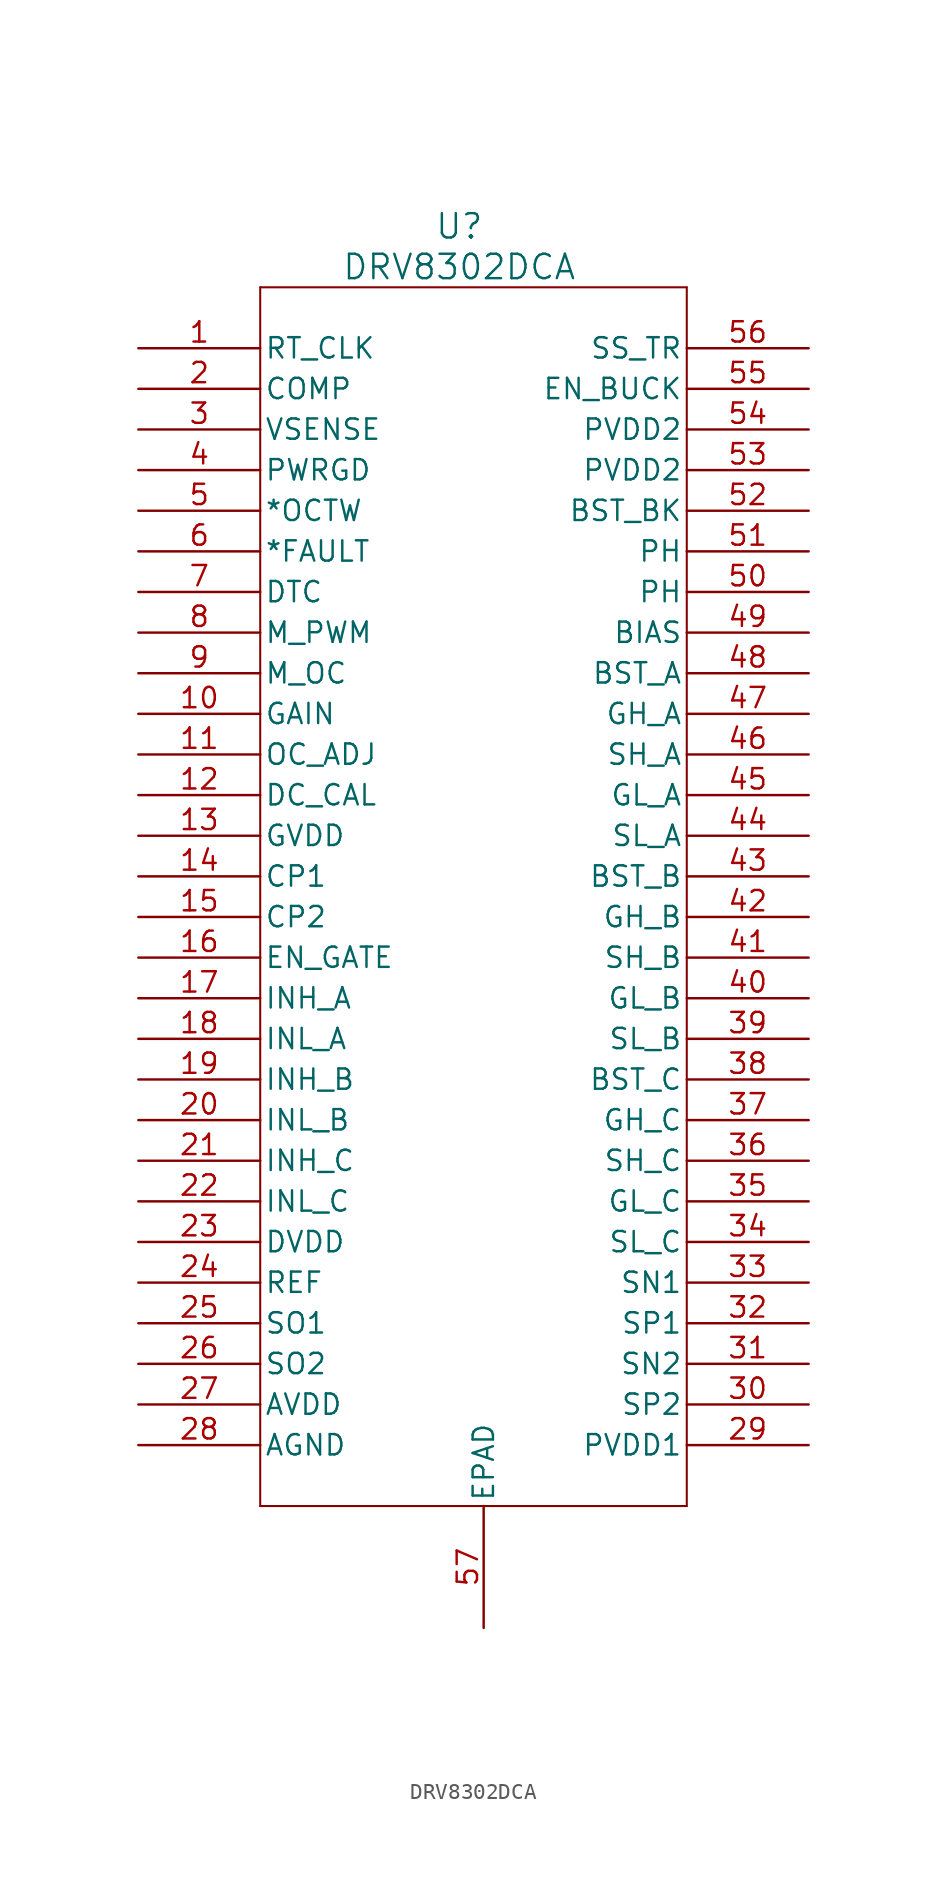
<source format=kicad_sym>
(kicad_symbol_lib
  (version 20231120)
  (generator "kicad_symbol_editor")
  (generator_version "8.0")
  (symbol "DRV8302DCA"
    (pin_names
      (offset 0.254))
    (property "Reference" "U"
      (at 20.066 7.62 0)
      (effects (font (size 1.524 1.524))))
    (property "Value" "DRV8302DCA"
      (at 20.066 5.08 0)
      (effects (font (size 1.524 1.524))))
    (property "ki_locked" ""
      (at 0 0 0)
      (effects (font (size 1.27 1.27))))
    (symbol "DRV8302DCA_0_1"
      (polyline (pts (xy 7.62 -72.39) (xy 34.29 -72.39)) (stroke (width 0.127) (type default)) (fill (type none)))
      (polyline (pts (xy 7.62 3.81) (xy 7.62 -72.39)) (stroke (width 0.127) (type default)) (fill (type none)))
      (polyline (pts (xy 34.29 -72.39) (xy 34.29 3.81)) (stroke (width 0.127) (type default)) (fill (type none)))
      (polyline (pts (xy 34.29 3.81) (xy 7.62 3.81)) (stroke (width 0.127) (type default)) (fill (type none)))
      (pin input line (at 0 0 0) (length 7.62) (name "RT_CLK" (effects (font (size 1.27 1.27)))) (number "1" (effects (font (size 1.27 1.27)))))
      (pin output line (at 0 -22.86 0) (length 7.62) (name "GAIN" (effects (font (size 1.27 1.27)))) (number "10" (effects (font (size 1.27 1.27)))))
      (pin input line (at 0 -25.4 0) (length 7.62) (name "OC_ADJ" (effects (font (size 1.27 1.27)))) (number "11" (effects (font (size 1.27 1.27)))))
      (pin input line (at 0 -27.94 0) (length 7.62) (name "DC_CAL" (effects (font (size 1.27 1.27)))) (number "12" (effects (font (size 1.27 1.27)))))
      (pin power_in line (at 0 -30.48 0) (length 7.62) (name "GVDD" (effects (font (size 1.27 1.27)))) (number "13" (effects (font (size 1.27 1.27)))))
      (pin power_in line (at 0 -33.02 0) (length 7.62) (name "CP1" (effects (font (size 1.27 1.27)))) (number "14" (effects (font (size 1.27 1.27)))))
      (pin power_in line (at 0 -35.56 0) (length 7.62) (name "CP2" (effects (font (size 1.27 1.27)))) (number "15" (effects (font (size 1.27 1.27)))))
      (pin input line (at 0 -38.1 0) (length 7.62) (name "EN_GATE" (effects (font (size 1.27 1.27)))) (number "16" (effects (font (size 1.27 1.27)))))
      (pin input line (at 0 -40.64 0) (length 7.62) (name "INH_A" (effects (font (size 1.27 1.27)))) (number "17" (effects (font (size 1.27 1.27)))))
      (pin input line (at 0 -43.18 0) (length 7.62) (name "INL_A" (effects (font (size 1.27 1.27)))) (number "18" (effects (font (size 1.27 1.27)))))
      (pin input line (at 0 -45.72 0) (length 7.62) (name "INH_B" (effects (font (size 1.27 1.27)))) (number "19" (effects (font (size 1.27 1.27)))))
      (pin output line (at 0 -2.54 0) (length 7.62) (name "COMP" (effects (font (size 1.27 1.27)))) (number "2" (effects (font (size 1.27 1.27)))))
      (pin input line (at 0 -48.26 0) (length 7.62) (name "INL_B" (effects (font (size 1.27 1.27)))) (number "20" (effects (font (size 1.27 1.27)))))
      (pin input line (at 0 -50.8 0) (length 7.62) (name "INH_C" (effects (font (size 1.27 1.27)))) (number "21" (effects (font (size 1.27 1.27)))))
      (pin input line (at 0 -53.34 0) (length 7.62) (name "INL_C" (effects (font (size 1.27 1.27)))) (number "22" (effects (font (size 1.27 1.27)))))
      (pin power_in line (at 0 -55.88 0) (length 7.62) (name "DVDD" (effects (font (size 1.27 1.27)))) (number "23" (effects (font (size 1.27 1.27)))))
      (pin input line (at 0 -58.42 0) (length 7.62) (name "REF" (effects (font (size 1.27 1.27)))) (number "24" (effects (font (size 1.27 1.27)))))
      (pin output line (at 0 -60.96 0) (length 7.62) (name "SO1" (effects (font (size 1.27 1.27)))) (number "25" (effects (font (size 1.27 1.27)))))
      (pin output line (at 0 -63.5 0) (length 7.62) (name "SO2" (effects (font (size 1.27 1.27)))) (number "26" (effects (font (size 1.27 1.27)))))
      (pin power_in line (at 0 -66.04 0) (length 7.62) (name "AVDD" (effects (font (size 1.27 1.27)))) (number "27" (effects (font (size 1.27 1.27)))))
      (pin power_in line (at 0 -68.58 0) (length 7.62) (name "AGND" (effects (font (size 1.27 1.27)))) (number "28" (effects (font (size 1.27 1.27)))))
      (pin power_in line (at 41.91 -68.58 180) (length 7.62) (name "PVDD1" (effects (font (size 1.27 1.27)))) (number "29" (effects (font (size 1.27 1.27)))))
      (pin input line (at 0 -5.08 0) (length 7.62) (name "VSENSE" (effects (font (size 1.27 1.27)))) (number "3" (effects (font (size 1.27 1.27)))))
      (pin input line (at 41.91 -66.04 180) (length 7.62) (name "SP2" (effects (font (size 1.27 1.27)))) (number "30" (effects (font (size 1.27 1.27)))))
      (pin input line (at 41.91 -63.5 180) (length 7.62) (name "SN2" (effects (font (size 1.27 1.27)))) (number "31" (effects (font (size 1.27 1.27)))))
      (pin input line (at 41.91 -60.96 180) (length 7.62) (name "SP1" (effects (font (size 1.27 1.27)))) (number "32" (effects (font (size 1.27 1.27)))))
      (pin input line (at 41.91 -58.42 180) (length 7.62) (name "SN1" (effects (font (size 1.27 1.27)))) (number "33" (effects (font (size 1.27 1.27)))))
      (pin input line (at 41.91 -55.88 180) (length 7.62) (name "SL_C" (effects (font (size 1.27 1.27)))) (number "34" (effects (font (size 1.27 1.27)))))
      (pin output line (at 41.91 -53.34 180) (length 7.62) (name "GL_C" (effects (font (size 1.27 1.27)))) (number "35" (effects (font (size 1.27 1.27)))))
      (pin input line (at 41.91 -50.8 180) (length 7.62) (name "SH_C" (effects (font (size 1.27 1.27)))) (number "36" (effects (font (size 1.27 1.27)))))
      (pin output line (at 41.91 -48.26 180) (length 7.62) (name "GH_C" (effects (font (size 1.27 1.27)))) (number "37" (effects (font (size 1.27 1.27)))))
      (pin power_in line (at 41.91 -45.72 180) (length 7.62) (name "BST_C" (effects (font (size 1.27 1.27)))) (number "38" (effects (font (size 1.27 1.27)))))
      (pin input line (at 41.91 -43.18 180) (length 7.62) (name "SL_B" (effects (font (size 1.27 1.27)))) (number "39" (effects (font (size 1.27 1.27)))))
      (pin input line (at 0 -7.62 0) (length 7.62) (name "PWRGD" (effects (font (size 1.27 1.27)))) (number "4" (effects (font (size 1.27 1.27)))))
      (pin output line (at 41.91 -40.64 180) (length 7.62) (name "GL_B" (effects (font (size 1.27 1.27)))) (number "40" (effects (font (size 1.27 1.27)))))
      (pin input line (at 41.91 -38.1 180) (length 7.62) (name "SH_B" (effects (font (size 1.27 1.27)))) (number "41" (effects (font (size 1.27 1.27)))))
      (pin output line (at 41.91 -35.56 180) (length 7.62) (name "GH_B" (effects (font (size 1.27 1.27)))) (number "42" (effects (font (size 1.27 1.27)))))
      (pin power_in line (at 41.91 -33.02 180) (length 7.62) (name "BST_B" (effects (font (size 1.27 1.27)))) (number "43" (effects (font (size 1.27 1.27)))))
      (pin input line (at 41.91 -30.48 180) (length 7.62) (name "SL_A" (effects (font (size 1.27 1.27)))) (number "44" (effects (font (size 1.27 1.27)))))
      (pin output line (at 41.91 -27.94 180) (length 7.62) (name "GL_A" (effects (font (size 1.27 1.27)))) (number "45" (effects (font (size 1.27 1.27)))))
      (pin input line (at 41.91 -25.4 180) (length 7.62) (name "SH_A" (effects (font (size 1.27 1.27)))) (number "46" (effects (font (size 1.27 1.27)))))
      (pin output line (at 41.91 -22.86 180) (length 7.62) (name "GH_A" (effects (font (size 1.27 1.27)))) (number "47" (effects (font (size 1.27 1.27)))))
      (pin power_in line (at 41.91 -20.32 180) (length 7.62) (name "BST_A" (effects (font (size 1.27 1.27)))) (number "48" (effects (font (size 1.27 1.27)))))
      (pin input line (at 41.91 -17.78 180) (length 7.62) (name "BIAS" (effects (font (size 1.27 1.27)))) (number "49" (effects (font (size 1.27 1.27)))))
      (pin output line (at 0 -10.16 0) (length 7.62) (name "*OCTW" (effects (font (size 1.27 1.27)))) (number "5" (effects (font (size 1.27 1.27)))))
      (pin output line (at 41.91 -15.24 180) (length 7.62) (name "PH" (effects (font (size 1.27 1.27)))) (number "50" (effects (font (size 1.27 1.27)))))
      (pin output line (at 41.91 -12.7 180) (length 7.62) (name "PH" (effects (font (size 1.27 1.27)))) (number "51" (effects (font (size 1.27 1.27)))))
      (pin power_in line (at 41.91 -10.16 180) (length 7.62) (name "BST_BK" (effects (font (size 1.27 1.27)))) (number "52" (effects (font (size 1.27 1.27)))))
      (pin power_in line (at 41.91 -7.62 180) (length 7.62) (name "PVDD2" (effects (font (size 1.27 1.27)))) (number "53" (effects (font (size 1.27 1.27)))))
      (pin power_in line (at 41.91 -5.08 180) (length 7.62) (name "PVDD2" (effects (font (size 1.27 1.27)))) (number "54" (effects (font (size 1.27 1.27)))))
      (pin input line (at 41.91 -2.54 180) (length 7.62) (name "EN_BUCK" (effects (font (size 1.27 1.27)))) (number "55" (effects (font (size 1.27 1.27)))))
      (pin input line (at 41.91 0 180) (length 7.62) (name "SS_TR" (effects (font (size 1.27 1.27)))) (number "56" (effects (font (size 1.27 1.27)))))
      (pin unspecified line (at 21.59 -80.01 90) (length 7.62) (name "EPAD" (effects (font (size 1.27 1.27)))) (number "57" (effects (font (size 1.27 1.27)))))
      (pin output line (at 0 -12.7 0) (length 7.62) (name "*FAULT" (effects (font (size 1.27 1.27)))) (number "6" (effects (font (size 1.27 1.27)))))
      (pin input line (at 0 -15.24 0) (length 7.62) (name "DTC" (effects (font (size 1.27 1.27)))) (number "7" (effects (font (size 1.27 1.27)))))
      (pin input line (at 0 -17.78 0) (length 7.62) (name "M_PWM" (effects (font (size 1.27 1.27)))) (number "8" (effects (font (size 1.27 1.27)))))
      (pin input line (at 0 -20.32 0) (length 7.62) (name "M_OC" (effects (font (size 1.27 1.27)))) (number "9" (effects (font (size 1.27 1.27))))))))
</source>
